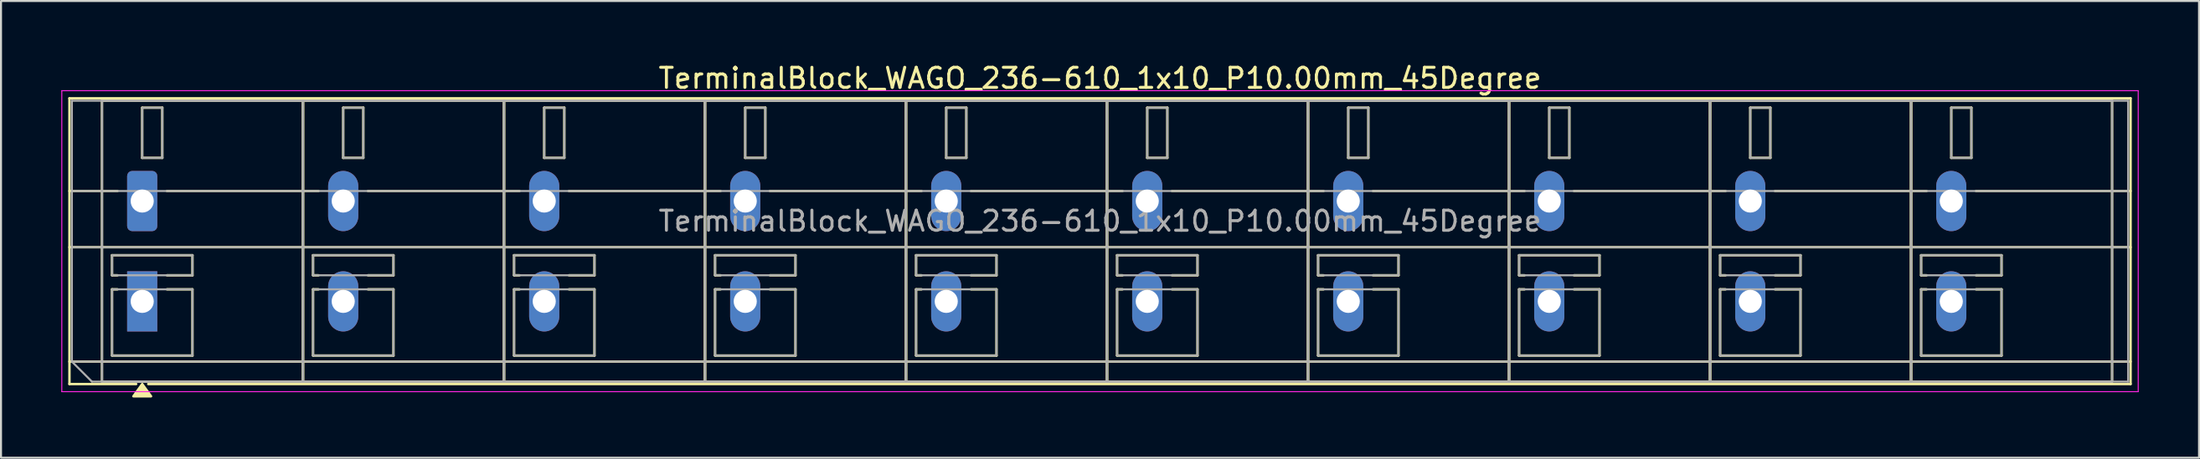
<source format=kicad_pcb>
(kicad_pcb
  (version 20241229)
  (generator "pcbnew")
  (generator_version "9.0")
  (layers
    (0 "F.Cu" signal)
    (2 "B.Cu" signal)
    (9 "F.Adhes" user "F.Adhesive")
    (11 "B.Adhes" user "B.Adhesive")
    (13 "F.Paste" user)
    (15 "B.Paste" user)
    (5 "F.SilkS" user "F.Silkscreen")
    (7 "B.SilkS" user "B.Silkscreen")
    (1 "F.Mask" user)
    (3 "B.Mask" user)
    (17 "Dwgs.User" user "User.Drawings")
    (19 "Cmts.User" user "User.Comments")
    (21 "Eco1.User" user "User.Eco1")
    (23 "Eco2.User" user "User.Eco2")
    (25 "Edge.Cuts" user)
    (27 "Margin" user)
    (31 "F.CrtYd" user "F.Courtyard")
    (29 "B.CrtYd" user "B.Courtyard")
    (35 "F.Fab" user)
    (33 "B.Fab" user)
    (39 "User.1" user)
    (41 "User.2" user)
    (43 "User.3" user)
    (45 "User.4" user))
  (footprint "TerminalBlock_WAGO_236-610_1x10_P10.00mm_45Degree"
    (layer "F.Cu")
    (at 4.025 6.968)
    (property "Reference" "TerminalBlock_WAGO_236-610_1x10_P10.00mm_45Degree" (at 47.65 -6.12 0) (layer "F.SilkS") (effects (font (size 1 1) (thickness 0.15))))
    (attr through_hole)
    (fp_line (start -3.62 -5.12) (end 98.92 -5.12) (stroke (width 0.12) (type solid)) (layer "F.SilkS"))
    (fp_line (start -3.62 -0.5) (end -1.23 -0.5) (stroke (width 0.12) (type solid)) (layer "F.SilkS"))
    (fp_line (start -3.62 2.3) (end 98.92 2.3) (stroke (width 0.12) (type solid)) (layer "F.SilkS"))
    (fp_line (start -3.62 8) (end 98.92 8) (stroke (width 0.12) (type solid)) (layer "F.SilkS"))
    (fp_line (start -3.62 9.12) (end -3.62 -5.12) (stroke (width 0.12) (type solid)) (layer "F.SilkS"))
    (fp_line (start -2 -5) (end 8 -5) (stroke (width 0.12) (type solid)) (layer "F.SilkS"))
    (fp_line (start -2 9) (end -2 -5) (stroke (width 0.12) (type solid)) (layer "F.SilkS"))
    (fp_line (start -1.5 2.7) (end 2.5 2.7) (stroke (width 0.12) (type solid)) (layer "F.SilkS"))
    (fp_line (start -1.5 3.7) (end -1.5 2.7) (stroke (width 0.12) (type solid)) (layer "F.SilkS"))
    (fp_line (start -1.5 4.4) (end -1.23 4.4) (stroke (width 0.12) (type solid)) (layer "F.SilkS"))
    (fp_line (start -1.5 7.7) (end -1.5 4.4) (stroke (width 0.12) (type solid)) (layer "F.SilkS"))
    (fp_line (start -1.23 3.7) (end -1.5 3.7) (stroke (width 0.12) (type solid)) (layer "F.SilkS"))
    (fp_line (start -0.3 9.12) (end -3.62 9.12) (stroke (width 0.12) (type solid)) (layer "F.SilkS"))
    (fp_line (start 0 -4.65) (end 1 -4.65) (stroke (width 0.12) (type solid)) (layer "F.SilkS"))
    (fp_line (start 0 -2.15) (end 0 -4.65) (stroke (width 0.12) (type solid)) (layer "F.SilkS"))
    (fp_line (start 1 -4.65) (end 1 -2.15) (stroke (width 0.12) (type solid)) (layer "F.SilkS"))
    (fp_line (start 1 -2.15) (end 0 -2.15) (stroke (width 0.12) (type solid)) (layer "F.SilkS"))
    (fp_line (start 1.23 -0.5) (end 8.77 -0.5) (stroke (width 0.12) (type solid)) (layer "F.SilkS"))
    (fp_line (start 1.23 4.4) (end 2.5 4.4) (stroke (width 0.12) (type solid)) (layer "F.SilkS"))
    (fp_line (start 2.5 2.7) (end 2.5 3.7) (stroke (width 0.12) (type solid)) (layer "F.SilkS"))
    (fp_line (start 2.5 3.7) (end 1.23 3.7) (stroke (width 0.12) (type solid)) (layer "F.SilkS"))
    (fp_line (start 2.5 4.4) (end 2.5 7.7) (stroke (width 0.12) (type solid)) (layer "F.SilkS"))
    (fp_line (start 2.5 7.7) (end -1.5 7.7) (stroke (width 0.12) (type solid)) (layer "F.SilkS"))
    (fp_line (start 8 -5) (end 8 9) (stroke (width 0.12) (type solid)) (layer "F.SilkS"))
    (fp_line (start 8 -5) (end 18 -5) (stroke (width 0.12) (type solid)) (layer "F.SilkS"))
    (fp_line (start 8 9) (end -2 9) (stroke (width 0.12) (type solid)) (layer "F.SilkS"))
    (fp_line (start 8 9) (end 8 -5) (stroke (width 0.12) (type solid)) (layer "F.SilkS"))
    (fp_line (start 8.5 2.7) (end 12.5 2.7) (stroke (width 0.12) (type solid)) (layer "F.SilkS"))
    (fp_line (start 8.5 3.7) (end 8.5 2.7) (stroke (width 0.12) (type solid)) (layer "F.SilkS"))
    (fp_line (start 8.5 4.4) (end 8.77 4.4) (stroke (width 0.12) (type solid)) (layer "F.SilkS"))
    (fp_line (start 8.5 7.7) (end 8.5 4.4) (stroke (width 0.12) (type solid)) (layer "F.SilkS"))
    (fp_line (start 8.77 3.7) (end 8.5 3.7) (stroke (width 0.12) (type solid)) (layer "F.SilkS"))
    (fp_line (start 10 -4.65) (end 11 -4.65) (stroke (width 0.12) (type solid)) (layer "F.SilkS"))
    (fp_line (start 10 -2.15) (end 10 -4.65) (stroke (width 0.12) (type solid)) (layer "F.SilkS"))
    (fp_line (start 11 -4.65) (end 11 -2.15) (stroke (width 0.12) (type solid)) (layer "F.SilkS"))
    (fp_line (start 11 -2.15) (end 10 -2.15) (stroke (width 0.12) (type solid)) (layer "F.SilkS"))
    (fp_line (start 11.23 -0.5) (end 18.77 -0.5) (stroke (width 0.12) (type solid)) (layer "F.SilkS"))
    (fp_line (start 11.23 4.4) (end 12.5 4.4) (stroke (width 0.12) (type solid)) (layer "F.SilkS"))
    (fp_line (start 12.5 2.7) (end 12.5 3.7) (stroke (width 0.12) (type solid)) (layer "F.SilkS"))
    (fp_line (start 12.5 3.7) (end 11.23 3.7) (stroke (width 0.12) (type solid)) (layer "F.SilkS"))
    (fp_line (start 12.5 4.4) (end 12.5 7.7) (stroke (width 0.12) (type solid)) (layer "F.SilkS"))
    (fp_line (start 12.5 7.7) (end 8.5 7.7) (stroke (width 0.12) (type solid)) (layer "F.SilkS"))
    (fp_line (start 18 -5) (end 18 9) (stroke (width 0.12) (type solid)) (layer "F.SilkS"))
    (fp_line (start 18 -5) (end 28 -5) (stroke (width 0.12) (type solid)) (layer "F.SilkS"))
    (fp_line (start 18 9) (end 8 9) (stroke (width 0.12) (type solid)) (layer "F.SilkS"))
    (fp_line (start 18 9) (end 18 -5) (stroke (width 0.12) (type solid)) (layer "F.SilkS"))
    (fp_line (start 18.5 2.7) (end 22.5 2.7) (stroke (width 0.12) (type solid)) (layer "F.SilkS"))
    (fp_line (start 18.5 3.7) (end 18.5 2.7) (stroke (width 0.12) (type solid)) (layer "F.SilkS"))
    (fp_line (start 18.5 4.4) (end 18.77 4.4) (stroke (width 0.12) (type solid)) (layer "F.SilkS"))
    (fp_line (start 18.5 7.7) (end 18.5 4.4) (stroke (width 0.12) (type solid)) (layer "F.SilkS"))
    (fp_line (start 18.77 3.7) (end 18.5 3.7) (stroke (width 0.12) (type solid)) (layer "F.SilkS"))
    (fp_line (start 20 -4.65) (end 21 -4.65) (stroke (width 0.12) (type solid)) (layer "F.SilkS"))
    (fp_line (start 20 -2.15) (end 20 -4.65) (stroke (width 0.12) (type solid)) (layer "F.SilkS"))
    (fp_line (start 21 -4.65) (end 21 -2.15) (stroke (width 0.12) (type solid)) (layer "F.SilkS"))
    (fp_line (start 21 -2.15) (end 20 -2.15) (stroke (width 0.12) (type solid)) (layer "F.SilkS"))
    (fp_line (start 21.23 -0.5) (end 28.77 -0.5) (stroke (width 0.12) (type solid)) (layer "F.SilkS"))
    (fp_line (start 21.23 4.4) (end 22.5 4.4) (stroke (width 0.12) (type solid)) (layer "F.SilkS"))
    (fp_line (start 22.5 2.7) (end 22.5 3.7) (stroke (width 0.12) (type solid)) (layer "F.SilkS"))
    (fp_line (start 22.5 3.7) (end 21.23 3.7) (stroke (width 0.12) (type solid)) (layer "F.SilkS"))
    (fp_line (start 22.5 4.4) (end 22.5 7.7) (stroke (width 0.12) (type solid)) (layer "F.SilkS"))
    (fp_line (start 22.5 7.7) (end 18.5 7.7) (stroke (width 0.12) (type solid)) (layer "F.SilkS"))
    (fp_line (start 28 -5) (end 28 9) (stroke (width 0.12) (type solid)) (layer "F.SilkS"))
    (fp_line (start 28 -5) (end 38 -5) (stroke (width 0.12) (type solid)) (layer "F.SilkS"))
    (fp_line (start 28 9) (end 18 9) (stroke (width 0.12) (type solid)) (layer "F.SilkS"))
    (fp_line (start 28 9) (end 28 -5) (stroke (width 0.12) (type solid)) (layer "F.SilkS"))
    (fp_line (start 28.5 2.7) (end 32.5 2.7) (stroke (width 0.12) (type solid)) (layer "F.SilkS"))
    (fp_line (start 28.5 3.7) (end 28.5 2.7) (stroke (width 0.12) (type solid)) (layer "F.SilkS"))
    (fp_line (start 28.5 4.4) (end 28.77 4.4) (stroke (width 0.12) (type solid)) (layer "F.SilkS"))
    (fp_line (start 28.5 7.7) (end 28.5 4.4) (stroke (width 0.12) (type solid)) (layer "F.SilkS"))
    (fp_line (start 28.77 3.7) (end 28.5 3.7) (stroke (width 0.12) (type solid)) (layer "F.SilkS"))
    (fp_line (start 30 -4.65) (end 31 -4.65) (stroke (width 0.12) (type solid)) (layer "F.SilkS"))
    (fp_line (start 30 -2.15) (end 30 -4.65) (stroke (width 0.12) (type solid)) (layer "F.SilkS"))
    (fp_line (start 31 -4.65) (end 31 -2.15) (stroke (width 0.12) (type solid)) (layer "F.SilkS"))
    (fp_line (start 31 -2.15) (end 30 -2.15) (stroke (width 0.12) (type solid)) (layer "F.SilkS"))
    (fp_line (start 31.23 -0.5) (end 38.77 -0.5) (stroke (width 0.12) (type solid)) (layer "F.SilkS"))
    (fp_line (start 31.23 4.4) (end 32.5 4.4) (stroke (width 0.12) (type solid)) (layer "F.SilkS"))
    (fp_line (start 32.5 2.7) (end 32.5 3.7) (stroke (width 0.12) (type solid)) (layer "F.SilkS"))
    (fp_line (start 32.5 3.7) (end 31.23 3.7) (stroke (width 0.12) (type solid)) (layer "F.SilkS"))
    (fp_line (start 32.5 4.4) (end 32.5 7.7) (stroke (width 0.12) (type solid)) (layer "F.SilkS"))
    (fp_line (start 32.5 7.7) (end 28.5 7.7) (stroke (width 0.12) (type solid)) (layer "F.SilkS"))
    (fp_line (start 38 -5) (end 38 9) (stroke (width 0.12) (type solid)) (layer "F.SilkS"))
    (fp_line (start 38 -5) (end 48 -5) (stroke (width 0.12) (type solid)) (layer "F.SilkS"))
    (fp_line (start 38 9) (end 28 9) (stroke (width 0.12) (type solid)) (layer "F.SilkS"))
    (fp_line (start 38 9) (end 38 -5) (stroke (width 0.12) (type solid)) (layer "F.SilkS"))
    (fp_line (start 38.5 2.7) (end 42.5 2.7) (stroke (width 0.12) (type solid)) (layer "F.SilkS"))
    (fp_line (start 38.5 3.7) (end 38.5 2.7) (stroke (width 0.12) (type solid)) (layer "F.SilkS"))
    (fp_line (start 38.5 4.4) (end 38.77 4.4) (stroke (width 0.12) (type solid)) (layer "F.SilkS"))
    (fp_line (start 38.5 7.7) (end 38.5 4.4) (stroke (width 0.12) (type solid)) (layer "F.SilkS"))
    (fp_line (start 38.77 3.7) (end 38.5 3.7) (stroke (width 0.12) (type solid)) (layer "F.SilkS"))
    (fp_line (start 40 -4.65) (end 41 -4.65) (stroke (width 0.12) (type solid)) (layer "F.SilkS"))
    (fp_line (start 40 -2.15) (end 40 -4.65) (stroke (width 0.12) (type solid)) (layer "F.SilkS"))
    (fp_line (start 41 -4.65) (end 41 -2.15) (stroke (width 0.12) (type solid)) (layer "F.SilkS"))
    (fp_line (start 41 -2.15) (end 40 -2.15) (stroke (width 0.12) (type solid)) (layer "F.SilkS"))
    (fp_line (start 41.23 -0.5) (end 48.77 -0.5) (stroke (width 0.12) (type solid)) (layer "F.SilkS"))
    (fp_line (start 41.23 4.4) (end 42.5 4.4) (stroke (width 0.12) (type solid)) (layer "F.SilkS"))
    (fp_line (start 42.5 2.7) (end 42.5 3.7) (stroke (width 0.12) (type solid)) (layer "F.SilkS"))
    (fp_line (start 42.5 3.7) (end 41.23 3.7) (stroke (width 0.12) (type solid)) (layer "F.SilkS"))
    (fp_line (start 42.5 4.4) (end 42.5 7.7) (stroke (width 0.12) (type solid)) (layer "F.SilkS"))
    (fp_line (start 42.5 7.7) (end 38.5 7.7) (stroke (width 0.12) (type solid)) (layer "F.SilkS"))
    (fp_line (start 48 -5) (end 48 9) (stroke (width 0.12) (type solid)) (layer "F.SilkS"))
    (fp_line (start 48 -5) (end 58 -5) (stroke (width 0.12) (type solid)) (layer "F.SilkS"))
    (fp_line (start 48 9) (end 38 9) (stroke (width 0.12) (type solid)) (layer "F.SilkS"))
    (fp_line (start 48 9) (end 48 -5) (stroke (width 0.12) (type solid)) (layer "F.SilkS"))
    (fp_line (start 48.5 2.7) (end 52.5 2.7) (stroke (width 0.12) (type solid)) (layer "F.SilkS"))
    (fp_line (start 48.5 3.7) (end 48.5 2.7) (stroke (width 0.12) (type solid)) (layer "F.SilkS"))
    (fp_line (start 48.5 4.4) (end 48.77 4.4) (stroke (width 0.12) (type solid)) (layer "F.SilkS"))
    (fp_line (start 48.5 7.7) (end 48.5 4.4) (stroke (width 0.12) (type solid)) (layer "F.SilkS"))
    (fp_line (start 48.77 3.7) (end 48.5 3.7) (stroke (width 0.12) (type solid)) (layer "F.SilkS"))
    (fp_line (start 50 -4.65) (end 51 -4.65) (stroke (width 0.12) (type solid)) (layer "F.SilkS"))
    (fp_line (start 50 -2.15) (end 50 -4.65) (stroke (width 0.12) (type solid)) (layer "F.SilkS"))
    (fp_line (start 51 -4.65) (end 51 -2.15) (stroke (width 0.12) (type solid)) (layer "F.SilkS"))
    (fp_line (start 51 -2.15) (end 50 -2.15) (stroke (width 0.12) (type solid)) (layer "F.SilkS"))
    (fp_line (start 51.23 -0.5) (end 58.77 -0.5) (stroke (width 0.12) (type solid)) (layer "F.SilkS"))
    (fp_line (start 51.23 4.4) (end 52.5 4.4) (stroke (width 0.12) (type solid)) (layer "F.SilkS"))
    (fp_line (start 52.5 2.7) (end 52.5 3.7) (stroke (width 0.12) (type solid)) (layer "F.SilkS"))
    (fp_line (start 52.5 3.7) (end 51.23 3.7) (stroke (width 0.12) (type solid)) (layer "F.SilkS"))
    (fp_line (start 52.5 4.4) (end 52.5 7.7) (stroke (width 0.12) (type solid)) (layer "F.SilkS"))
    (fp_line (start 52.5 7.7) (end 48.5 7.7) (stroke (width 0.12) (type solid)) (layer "F.SilkS"))
    (fp_line (start 58 -5) (end 58 9) (stroke (width 0.12) (type solid)) (layer "F.SilkS"))
    (fp_line (start 58 -5) (end 68 -5) (stroke (width 0.12) (type solid)) (layer "F.SilkS"))
    (fp_line (start 58 9) (end 48 9) (stroke (width 0.12) (type solid)) (layer "F.SilkS"))
    (fp_line (start 58 9) (end 58 -5) (stroke (width 0.12) (type solid)) (layer "F.SilkS"))
    (fp_line (start 58.5 2.7) (end 62.5 2.7) (stroke (width 0.12) (type solid)) (layer "F.SilkS"))
    (fp_line (start 58.5 3.7) (end 58.5 2.7) (stroke (width 0.12) (type solid)) (layer "F.SilkS"))
    (fp_line (start 58.5 4.4) (end 58.77 4.4) (stroke (width 0.12) (type solid)) (layer "F.SilkS"))
    (fp_line (start 58.5 7.7) (end 58.5 4.4) (stroke (width 0.12) (type solid)) (layer "F.SilkS"))
    (fp_line (start 58.77 3.7) (end 58.5 3.7) (stroke (width 0.12) (type solid)) (layer "F.SilkS"))
    (fp_line (start 60 -4.65) (end 61 -4.65) (stroke (width 0.12) (type solid)) (layer "F.SilkS"))
    (fp_line (start 60 -2.15) (end 60 -4.65) (stroke (width 0.12) (type solid)) (layer "F.SilkS"))
    (fp_line (start 61 -4.65) (end 61 -2.15) (stroke (width 0.12) (type solid)) (layer "F.SilkS"))
    (fp_line (start 61 -2.15) (end 60 -2.15) (stroke (width 0.12) (type solid)) (layer "F.SilkS"))
    (fp_line (start 61.23 -0.5) (end 68.77 -0.5) (stroke (width 0.12) (type solid)) (layer "F.SilkS"))
    (fp_line (start 61.23 4.4) (end 62.5 4.4) (stroke (width 0.12) (type solid)) (layer "F.SilkS"))
    (fp_line (start 62.5 2.7) (end 62.5 3.7) (stroke (width 0.12) (type solid)) (layer "F.SilkS"))
    (fp_line (start 62.5 3.7) (end 61.23 3.7) (stroke (width 0.12) (type solid)) (layer "F.SilkS"))
    (fp_line (start 62.5 4.4) (end 62.5 7.7) (stroke (width 0.12) (type solid)) (layer "F.SilkS"))
    (fp_line (start 62.5 7.7) (end 58.5 7.7) (stroke (width 0.12) (type solid)) (layer "F.SilkS"))
    (fp_line (start 68 -5) (end 68 9) (stroke (width 0.12) (type solid)) (layer "F.SilkS"))
    (fp_line (start 68 -5) (end 78 -5) (stroke (width 0.12) (type solid)) (layer "F.SilkS"))
    (fp_line (start 68 9) (end 58 9) (stroke (width 0.12) (type solid)) (layer "F.SilkS"))
    (fp_line (start 68 9) (end 68 -5) (stroke (width 0.12) (type solid)) (layer "F.SilkS"))
    (fp_line (start 68.5 2.7) (end 72.5 2.7) (stroke (width 0.12) (type solid)) (layer "F.SilkS"))
    (fp_line (start 68.5 3.7) (end 68.5 2.7) (stroke (width 0.12) (type solid)) (layer "F.SilkS"))
    (fp_line (start 68.5 4.4) (end 68.77 4.4) (stroke (width 0.12) (type solid)) (layer "F.SilkS"))
    (fp_line (start 68.5 7.7) (end 68.5 4.4) (stroke (width 0.12) (type solid)) (layer "F.SilkS"))
    (fp_line (start 68.77 3.7) (end 68.5 3.7) (stroke (width 0.12) (type solid)) (layer "F.SilkS"))
    (fp_line (start 70 -4.65) (end 71 -4.65) (stroke (width 0.12) (type solid)) (layer "F.SilkS"))
    (fp_line (start 70 -2.15) (end 70 -4.65) (stroke (width 0.12) (type solid)) (layer "F.SilkS"))
    (fp_line (start 71 -4.65) (end 71 -2.15) (stroke (width 0.12) (type solid)) (layer "F.SilkS"))
    (fp_line (start 71 -2.15) (end 70 -2.15) (stroke (width 0.12) (type solid)) (layer "F.SilkS"))
    (fp_line (start 71.23 -0.5) (end 78.77 -0.5) (stroke (width 0.12) (type solid)) (layer "F.SilkS"))
    (fp_line (start 71.23 4.4) (end 72.5 4.4) (stroke (width 0.12) (type solid)) (layer "F.SilkS"))
    (fp_line (start 72.5 2.7) (end 72.5 3.7) (stroke (width 0.12) (type solid)) (layer "F.SilkS"))
    (fp_line (start 72.5 3.7) (end 71.23 3.7) (stroke (width 0.12) (type solid)) (layer "F.SilkS"))
    (fp_line (start 72.5 4.4) (end 72.5 7.7) (stroke (width 0.12) (type solid)) (layer "F.SilkS"))
    (fp_line (start 72.5 7.7) (end 68.5 7.7) (stroke (width 0.12) (type solid)) (layer "F.SilkS"))
    (fp_line (start 78 -5) (end 78 9) (stroke (width 0.12) (type solid)) (layer "F.SilkS"))
    (fp_line (start 78 -5) (end 88 -5) (stroke (width 0.12) (type solid)) (layer "F.SilkS"))
    (fp_line (start 78 9) (end 68 9) (stroke (width 0.12) (type solid)) (layer "F.SilkS"))
    (fp_line (start 78 9) (end 78 -5) (stroke (width 0.12) (type solid)) (layer "F.SilkS"))
    (fp_line (start 78.5 2.7) (end 82.5 2.7) (stroke (width 0.12) (type solid)) (layer "F.SilkS"))
    (fp_line (start 78.5 3.7) (end 78.5 2.7) (stroke (width 0.12) (type solid)) (layer "F.SilkS"))
    (fp_line (start 78.5 4.4) (end 78.77 4.4) (stroke (width 0.12) (type solid)) (layer "F.SilkS"))
    (fp_line (start 78.5 7.7) (end 78.5 4.4) (stroke (width 0.12) (type solid)) (layer "F.SilkS"))
    (fp_line (start 78.77 3.7) (end 78.5 3.7) (stroke (width 0.12) (type solid)) (layer "F.SilkS"))
    (fp_line (start 80 -4.65) (end 81 -4.65) (stroke (width 0.12) (type solid)) (layer "F.SilkS"))
    (fp_line (start 80 -2.15) (end 80 -4.65) (stroke (width 0.12) (type solid)) (layer "F.SilkS"))
    (fp_line (start 81 -4.65) (end 81 -2.15) (stroke (width 0.12) (type solid)) (layer "F.SilkS"))
    (fp_line (start 81 -2.15) (end 80 -2.15) (stroke (width 0.12) (type solid)) (layer "F.SilkS"))
    (fp_line (start 81.23 -0.5) (end 88.77 -0.5) (stroke (width 0.12) (type solid)) (layer "F.SilkS"))
    (fp_line (start 81.23 4.4) (end 82.5 4.4) (stroke (width 0.12) (type solid)) (layer "F.SilkS"))
    (fp_line (start 82.5 2.7) (end 82.5 3.7) (stroke (width 0.12) (type solid)) (layer "F.SilkS"))
    (fp_line (start 82.5 3.7) (end 81.23 3.7) (stroke (width 0.12) (type solid)) (layer "F.SilkS"))
    (fp_line (start 82.5 4.4) (end 82.5 7.7) (stroke (width 0.12) (type solid)) (layer "F.SilkS"))
    (fp_line (start 82.5 7.7) (end 78.5 7.7) (stroke (width 0.12) (type solid)) (layer "F.SilkS"))
    (fp_line (start 88 -5) (end 88 9) (stroke (width 0.12) (type solid)) (layer "F.SilkS"))
    (fp_line (start 88 -5) (end 98 -5) (stroke (width 0.12) (type solid)) (layer "F.SilkS"))
    (fp_line (start 88 9) (end 78 9) (stroke (width 0.12) (type solid)) (layer "F.SilkS"))
    (fp_line (start 88 9) (end 88 -5) (stroke (width 0.12) (type solid)) (layer "F.SilkS"))
    (fp_line (start 88.5 2.7) (end 92.5 2.7) (stroke (width 0.12) (type solid)) (layer "F.SilkS"))
    (fp_line (start 88.5 3.7) (end 88.5 2.7) (stroke (width 0.12) (type solid)) (layer "F.SilkS"))
    (fp_line (start 88.5 4.4) (end 88.77 4.4) (stroke (width 0.12) (type solid)) (layer "F.SilkS"))
    (fp_line (start 88.5 7.7) (end 88.5 4.4) (stroke (width 0.12) (type solid)) (layer "F.SilkS"))
    (fp_line (start 88.77 3.7) (end 88.5 3.7) (stroke (width 0.12) (type solid)) (layer "F.SilkS"))
    (fp_line (start 90 -4.65) (end 91 -4.65) (stroke (width 0.12) (type solid)) (layer "F.SilkS"))
    (fp_line (start 90 -2.15) (end 90 -4.65) (stroke (width 0.12) (type solid)) (layer "F.SilkS"))
    (fp_line (start 91 -4.65) (end 91 -2.15) (stroke (width 0.12) (type solid)) (layer "F.SilkS"))
    (fp_line (start 91 -2.15) (end 90 -2.15) (stroke (width 0.12) (type solid)) (layer "F.SilkS"))
    (fp_line (start 91.23 -0.5) (end 98.92 -0.5) (stroke (width 0.12) (type solid)) (layer "F.SilkS"))
    (fp_line (start 91.23 4.4) (end 92.5 4.4) (stroke (width 0.12) (type solid)) (layer "F.SilkS"))
    (fp_line (start 92.5 2.7) (end 92.5 3.7) (stroke (width 0.12) (type solid)) (layer "F.SilkS"))
    (fp_line (start 92.5 3.7) (end 91.23 3.7) (stroke (width 0.12) (type solid)) (layer "F.SilkS"))
    (fp_line (start 92.5 4.4) (end 92.5 7.7) (stroke (width 0.12) (type solid)) (layer "F.SilkS"))
    (fp_line (start 92.5 7.7) (end 88.5 7.7) (stroke (width 0.12) (type solid)) (layer "F.SilkS"))
    (fp_line (start 98 -5) (end 98 9) (stroke (width 0.12) (type solid)) (layer "F.SilkS"))
    (fp_line (start 98 9) (end 88 9) (stroke (width 0.12) (type solid)) (layer "F.SilkS"))
    (fp_line (start 98.92 -5.12) (end 98.92 9.12) (stroke (width 0.12) (type solid)) (layer "F.SilkS"))
    (fp_line (start 98.92 9.12) (end 0.3 9.12) (stroke (width 0.12) (type solid)) (layer "F.SilkS"))
    (fp_poly (pts (xy 0 9.12) (xy 0.44 9.73) (xy -0.44 9.73)) (stroke (width 0.12) (type solid)) (fill yes) (layer "F.SilkS"))
    (fp_line (start -4 -5.5) (end -4 9.5) (stroke (width 0.05) (type solid)) (layer "F.CrtYd"))
    (fp_line (start -4 9.5) (end 99.3 9.5) (stroke (width 0.05) (type solid)) (layer "F.CrtYd"))
    (fp_line (start 99.3 -5.5) (end -4 -5.5) (stroke (width 0.05) (type solid)) (layer "F.CrtYd"))
    (fp_line (start 99.3 9.5) (end 99.3 -5.5) (stroke (width 0.05) (type solid)) (layer "F.CrtYd"))
    (fp_line (start -3.5 -5) (end 98.8 -5) (stroke (width 0.1) (type solid)) (layer "F.Fab"))
    (fp_line (start -3.5 -0.5) (end 98.8 -0.5) (stroke (width 0.1) (type solid)) (layer "F.Fab"))
    (fp_line (start -3.5 2.3) (end 98.8 2.3) (stroke (width 0.1) (type solid)) (layer "F.Fab"))
    (fp_line (start -3.5 8) (end -3.5 -5) (stroke (width 0.1) (type solid)) (layer "F.Fab"))
    (fp_line (start -3.5 8) (end 98.8 8) (stroke (width 0.1) (type solid)) (layer "F.Fab"))
    (fp_line (start -2.5 9) (end -3.5 8) (stroke (width 0.1) (type solid)) (layer "F.Fab"))
    (fp_line (start -2 -5) (end -2 9) (stroke (width 0.1) (type solid)) (layer "F.Fab"))
    (fp_line (start -2 9) (end 8 9) (stroke (width 0.1) (type solid)) (layer "F.Fab"))
    (fp_line (start -1.5 2.7) (end -1.5 3.7) (stroke (width 0.1) (type solid)) (layer "F.Fab"))
    (fp_line (start -1.5 3.7) (end 2.5 3.7) (stroke (width 0.1) (type solid)) (layer "F.Fab"))
    (fp_line (start -1.5 4.4) (end -1.5 7.7) (stroke (width 0.1) (type solid)) (layer "F.Fab"))
    (fp_line (start -1.5 7.7) (end 2.5 7.7) (stroke (width 0.1) (type solid)) (layer "F.Fab"))
    (fp_line (start 0 -4.65) (end 0 -2.15) (stroke (width 0.1) (type solid)) (layer "F.Fab"))
    (fp_line (start 0 -2.15) (end 1 -2.15) (stroke (width 0.1) (type solid)) (layer "F.Fab"))
    (fp_line (start 1 -4.65) (end 0 -4.65) (stroke (width 0.1) (type solid)) (layer "F.Fab"))
    (fp_line (start 1 -2.15) (end 1 -4.65) (stroke (width 0.1) (type solid)) (layer "F.Fab"))
    (fp_line (start 2.5 2.7) (end -1.5 2.7) (stroke (width 0.1) (type solid)) (layer "F.Fab"))
    (fp_line (start 2.5 3.7) (end 2.5 2.7) (stroke (width 0.1) (type solid)) (layer "F.Fab"))
    (fp_line (start 2.5 4.4) (end -1.5 4.4) (stroke (width 0.1) (type solid)) (layer "F.Fab"))
    (fp_line (start 2.5 7.7) (end 2.5 4.4) (stroke (width 0.1) (type solid)) (layer "F.Fab"))
    (fp_line (start 8 -5) (end -2 -5) (stroke (width 0.1) (type solid)) (layer "F.Fab"))
    (fp_line (start 8 -5) (end 8 9) (stroke (width 0.1) (type solid)) (layer "F.Fab"))
    (fp_line (start 8 9) (end 8 -5) (stroke (width 0.1) (type solid)) (layer "F.Fab"))
    (fp_line (start 8 9) (end 18 9) (stroke (width 0.1) (type solid)) (layer "F.Fab"))
    (fp_line (start 8.5 2.7) (end 8.5 3.7) (stroke (width 0.1) (type solid)) (layer "F.Fab"))
    (fp_line (start 8.5 3.7) (end 12.5 3.7) (stroke (width 0.1) (type solid)) (layer "F.Fab"))
    (fp_line (start 8.5 4.4) (end 8.5 7.7) (stroke (width 0.1) (type solid)) (layer "F.Fab"))
    (fp_line (start 8.5 7.7) (end 12.5 7.7) (stroke (width 0.1) (type solid)) (layer "F.Fab"))
    (fp_line (start 10 -4.65) (end 10 -2.15) (stroke (width 0.1) (type solid)) (layer "F.Fab"))
    (fp_line (start 10 -2.15) (end 11 -2.15) (stroke (width 0.1) (type solid)) (layer "F.Fab"))
    (fp_line (start 11 -4.65) (end 10 -4.65) (stroke (width 0.1) (type solid)) (layer "F.Fab"))
    (fp_line (start 11 -2.15) (end 11 -4.65) (stroke (width 0.1) (type solid)) (layer "F.Fab"))
    (fp_line (start 12.5 2.7) (end 8.5 2.7) (stroke (width 0.1) (type solid)) (layer "F.Fab"))
    (fp_line (start 12.5 3.7) (end 12.5 2.7) (stroke (width 0.1) (type solid)) (layer "F.Fab"))
    (fp_line (start 12.5 4.4) (end 8.5 4.4) (stroke (width 0.1) (type solid)) (layer "F.Fab"))
    (fp_line (start 12.5 7.7) (end 12.5 4.4) (stroke (width 0.1) (type solid)) (layer "F.Fab"))
    (fp_line (start 18 -5) (end 8 -5) (stroke (width 0.1) (type solid)) (layer "F.Fab"))
    (fp_line (start 18 -5) (end 18 9) (stroke (width 0.1) (type solid)) (layer "F.Fab"))
    (fp_line (start 18 9) (end 18 -5) (stroke (width 0.1) (type solid)) (layer "F.Fab"))
    (fp_line (start 18 9) (end 28 9) (stroke (width 0.1) (type solid)) (layer "F.Fab"))
    (fp_line (start 18.5 2.7) (end 18.5 3.7) (stroke (width 0.1) (type solid)) (layer "F.Fab"))
    (fp_line (start 18.5 3.7) (end 22.5 3.7) (stroke (width 0.1) (type solid)) (layer "F.Fab"))
    (fp_line (start 18.5 4.4) (end 18.5 7.7) (stroke (width 0.1) (type solid)) (layer "F.Fab"))
    (fp_line (start 18.5 7.7) (end 22.5 7.7) (stroke (width 0.1) (type solid)) (layer "F.Fab"))
    (fp_line (start 20 -4.65) (end 20 -2.15) (stroke (width 0.1) (type solid)) (layer "F.Fab"))
    (fp_line (start 20 -2.15) (end 21 -2.15) (stroke (width 0.1) (type solid)) (layer "F.Fab"))
    (fp_line (start 21 -4.65) (end 20 -4.65) (stroke (width 0.1) (type solid)) (layer "F.Fab"))
    (fp_line (start 21 -2.15) (end 21 -4.65) (stroke (width 0.1) (type solid)) (layer "F.Fab"))
    (fp_line (start 22.5 2.7) (end 18.5 2.7) (stroke (width 0.1) (type solid)) (layer "F.Fab"))
    (fp_line (start 22.5 3.7) (end 22.5 2.7) (stroke (width 0.1) (type solid)) (layer "F.Fab"))
    (fp_line (start 22.5 4.4) (end 18.5 4.4) (stroke (width 0.1) (type solid)) (layer "F.Fab"))
    (fp_line (start 22.5 7.7) (end 22.5 4.4) (stroke (width 0.1) (type solid)) (layer "F.Fab"))
    (fp_line (start 28 -5) (end 18 -5) (stroke (width 0.1) (type solid)) (layer "F.Fab"))
    (fp_line (start 28 -5) (end 28 9) (stroke (width 0.1) (type solid)) (layer "F.Fab"))
    (fp_line (start 28 9) (end 28 -5) (stroke (width 0.1) (type solid)) (layer "F.Fab"))
    (fp_line (start 28 9) (end 38 9) (stroke (width 0.1) (type solid)) (layer "F.Fab"))
    (fp_line (start 28.5 2.7) (end 28.5 3.7) (stroke (width 0.1) (type solid)) (layer "F.Fab"))
    (fp_line (start 28.5 3.7) (end 32.5 3.7) (stroke (width 0.1) (type solid)) (layer "F.Fab"))
    (fp_line (start 28.5 4.4) (end 28.5 7.7) (stroke (width 0.1) (type solid)) (layer "F.Fab"))
    (fp_line (start 28.5 7.7) (end 32.5 7.7) (stroke (width 0.1) (type solid)) (layer "F.Fab"))
    (fp_line (start 30 -4.65) (end 30 -2.15) (stroke (width 0.1) (type solid)) (layer "F.Fab"))
    (fp_line (start 30 -2.15) (end 31 -2.15) (stroke (width 0.1) (type solid)) (layer "F.Fab"))
    (fp_line (start 31 -4.65) (end 30 -4.65) (stroke (width 0.1) (type solid)) (layer "F.Fab"))
    (fp_line (start 31 -2.15) (end 31 -4.65) (stroke (width 0.1) (type solid)) (layer "F.Fab"))
    (fp_line (start 32.5 2.7) (end 28.5 2.7) (stroke (width 0.1) (type solid)) (layer "F.Fab"))
    (fp_line (start 32.5 3.7) (end 32.5 2.7) (stroke (width 0.1) (type solid)) (layer "F.Fab"))
    (fp_line (start 32.5 4.4) (end 28.5 4.4) (stroke (width 0.1) (type solid)) (layer "F.Fab"))
    (fp_line (start 32.5 7.7) (end 32.5 4.4) (stroke (width 0.1) (type solid)) (layer "F.Fab"))
    (fp_line (start 38 -5) (end 28 -5) (stroke (width 0.1) (type solid)) (layer "F.Fab"))
    (fp_line (start 38 -5) (end 38 9) (stroke (width 0.1) (type solid)) (layer "F.Fab"))
    (fp_line (start 38 9) (end 38 -5) (stroke (width 0.1) (type solid)) (layer "F.Fab"))
    (fp_line (start 38 9) (end 48 9) (stroke (width 0.1) (type solid)) (layer "F.Fab"))
    (fp_line (start 38.5 2.7) (end 38.5 3.7) (stroke (width 0.1) (type solid)) (layer "F.Fab"))
    (fp_line (start 38.5 3.7) (end 42.5 3.7) (stroke (width 0.1) (type solid)) (layer "F.Fab"))
    (fp_line (start 38.5 4.4) (end 38.5 7.7) (stroke (width 0.1) (type solid)) (layer "F.Fab"))
    (fp_line (start 38.5 7.7) (end 42.5 7.7) (stroke (width 0.1) (type solid)) (layer "F.Fab"))
    (fp_line (start 40 -4.65) (end 40 -2.15) (stroke (width 0.1) (type solid)) (layer "F.Fab"))
    (fp_line (start 40 -2.15) (end 41 -2.15) (stroke (width 0.1) (type solid)) (layer "F.Fab"))
    (fp_line (start 41 -4.65) (end 40 -4.65) (stroke (width 0.1) (type solid)) (layer "F.Fab"))
    (fp_line (start 41 -2.15) (end 41 -4.65) (stroke (width 0.1) (type solid)) (layer "F.Fab"))
    (fp_line (start 42.5 2.7) (end 38.5 2.7) (stroke (width 0.1) (type solid)) (layer "F.Fab"))
    (fp_line (start 42.5 3.7) (end 42.5 2.7) (stroke (width 0.1) (type solid)) (layer "F.Fab"))
    (fp_line (start 42.5 4.4) (end 38.5 4.4) (stroke (width 0.1) (type solid)) (layer "F.Fab"))
    (fp_line (start 42.5 7.7) (end 42.5 4.4) (stroke (width 0.1) (type solid)) (layer "F.Fab"))
    (fp_line (start 48 -5) (end 38 -5) (stroke (width 0.1) (type solid)) (layer "F.Fab"))
    (fp_line (start 48 -5) (end 48 9) (stroke (width 0.1) (type solid)) (layer "F.Fab"))
    (fp_line (start 48 9) (end 48 -5) (stroke (width 0.1) (type solid)) (layer "F.Fab"))
    (fp_line (start 48 9) (end 58 9) (stroke (width 0.1) (type solid)) (layer "F.Fab"))
    (fp_line (start 48.5 2.7) (end 48.5 3.7) (stroke (width 0.1) (type solid)) (layer "F.Fab"))
    (fp_line (start 48.5 3.7) (end 52.5 3.7) (stroke (width 0.1) (type solid)) (layer "F.Fab"))
    (fp_line (start 48.5 4.4) (end 48.5 7.7) (stroke (width 0.1) (type solid)) (layer "F.Fab"))
    (fp_line (start 48.5 7.7) (end 52.5 7.7) (stroke (width 0.1) (type solid)) (layer "F.Fab"))
    (fp_line (start 50 -4.65) (end 50 -2.15) (stroke (width 0.1) (type solid)) (layer "F.Fab"))
    (fp_line (start 50 -2.15) (end 51 -2.15) (stroke (width 0.1) (type solid)) (layer "F.Fab"))
    (fp_line (start 51 -4.65) (end 50 -4.65) (stroke (width 0.1) (type solid)) (layer "F.Fab"))
    (fp_line (start 51 -2.15) (end 51 -4.65) (stroke (width 0.1) (type solid)) (layer "F.Fab"))
    (fp_line (start 52.5 2.7) (end 48.5 2.7) (stroke (width 0.1) (type solid)) (layer "F.Fab"))
    (fp_line (start 52.5 3.7) (end 52.5 2.7) (stroke (width 0.1) (type solid)) (layer "F.Fab"))
    (fp_line (start 52.5 4.4) (end 48.5 4.4) (stroke (width 0.1) (type solid)) (layer "F.Fab"))
    (fp_line (start 52.5 7.7) (end 52.5 4.4) (stroke (width 0.1) (type solid)) (layer "F.Fab"))
    (fp_line (start 58 -5) (end 48 -5) (stroke (width 0.1) (type solid)) (layer "F.Fab"))
    (fp_line (start 58 -5) (end 58 9) (stroke (width 0.1) (type solid)) (layer "F.Fab"))
    (fp_line (start 58 9) (end 58 -5) (stroke (width 0.1) (type solid)) (layer "F.Fab"))
    (fp_line (start 58 9) (end 68 9) (stroke (width 0.1) (type solid)) (layer "F.Fab"))
    (fp_line (start 58.5 2.7) (end 58.5 3.7) (stroke (width 0.1) (type solid)) (layer "F.Fab"))
    (fp_line (start 58.5 3.7) (end 62.5 3.7) (stroke (width 0.1) (type solid)) (layer "F.Fab"))
    (fp_line (start 58.5 4.4) (end 58.5 7.7) (stroke (width 0.1) (type solid)) (layer "F.Fab"))
    (fp_line (start 58.5 7.7) (end 62.5 7.7) (stroke (width 0.1) (type solid)) (layer "F.Fab"))
    (fp_line (start 60 -4.65) (end 60 -2.15) (stroke (width 0.1) (type solid)) (layer "F.Fab"))
    (fp_line (start 60 -2.15) (end 61 -2.15) (stroke (width 0.1) (type solid)) (layer "F.Fab"))
    (fp_line (start 61 -4.65) (end 60 -4.65) (stroke (width 0.1) (type solid)) (layer "F.Fab"))
    (fp_line (start 61 -2.15) (end 61 -4.65) (stroke (width 0.1) (type solid)) (layer "F.Fab"))
    (fp_line (start 62.5 2.7) (end 58.5 2.7) (stroke (width 0.1) (type solid)) (layer "F.Fab"))
    (fp_line (start 62.5 3.7) (end 62.5 2.7) (stroke (width 0.1) (type solid)) (layer "F.Fab"))
    (fp_line (start 62.5 4.4) (end 58.5 4.4) (stroke (width 0.1) (type solid)) (layer "F.Fab"))
    (fp_line (start 62.5 7.7) (end 62.5 4.4) (stroke (width 0.1) (type solid)) (layer "F.Fab"))
    (fp_line (start 68 -5) (end 58 -5) (stroke (width 0.1) (type solid)) (layer "F.Fab"))
    (fp_line (start 68 -5) (end 68 9) (stroke (width 0.1) (type solid)) (layer "F.Fab"))
    (fp_line (start 68 9) (end 68 -5) (stroke (width 0.1) (type solid)) (layer "F.Fab"))
    (fp_line (start 68 9) (end 78 9) (stroke (width 0.1) (type solid)) (layer "F.Fab"))
    (fp_line (start 68.5 2.7) (end 68.5 3.7) (stroke (width 0.1) (type solid)) (layer "F.Fab"))
    (fp_line (start 68.5 3.7) (end 72.5 3.7) (stroke (width 0.1) (type solid)) (layer "F.Fab"))
    (fp_line (start 68.5 4.4) (end 68.5 7.7) (stroke (width 0.1) (type solid)) (layer "F.Fab"))
    (fp_line (start 68.5 7.7) (end 72.5 7.7) (stroke (width 0.1) (type solid)) (layer "F.Fab"))
    (fp_line (start 70 -4.65) (end 70 -2.15) (stroke (width 0.1) (type solid)) (layer "F.Fab"))
    (fp_line (start 70 -2.15) (end 71 -2.15) (stroke (width 0.1) (type solid)) (layer "F.Fab"))
    (fp_line (start 71 -4.65) (end 70 -4.65) (stroke (width 0.1) (type solid)) (layer "F.Fab"))
    (fp_line (start 71 -2.15) (end 71 -4.65) (stroke (width 0.1) (type solid)) (layer "F.Fab"))
    (fp_line (start 72.5 2.7) (end 68.5 2.7) (stroke (width 0.1) (type solid)) (layer "F.Fab"))
    (fp_line (start 72.5 3.7) (end 72.5 2.7) (stroke (width 0.1) (type solid)) (layer "F.Fab"))
    (fp_line (start 72.5 4.4) (end 68.5 4.4) (stroke (width 0.1) (type solid)) (layer "F.Fab"))
    (fp_line (start 72.5 7.7) (end 72.5 4.4) (stroke (width 0.1) (type solid)) (layer "F.Fab"))
    (fp_line (start 78 -5) (end 68 -5) (stroke (width 0.1) (type solid)) (layer "F.Fab"))
    (fp_line (start 78 -5) (end 78 9) (stroke (width 0.1) (type solid)) (layer "F.Fab"))
    (fp_line (start 78 9) (end 78 -5) (stroke (width 0.1) (type solid)) (layer "F.Fab"))
    (fp_line (start 78 9) (end 88 9) (stroke (width 0.1) (type solid)) (layer "F.Fab"))
    (fp_line (start 78.5 2.7) (end 78.5 3.7) (stroke (width 0.1) (type solid)) (layer "F.Fab"))
    (fp_line (start 78.5 3.7) (end 82.5 3.7) (stroke (width 0.1) (type solid)) (layer "F.Fab"))
    (fp_line (start 78.5 4.4) (end 78.5 7.7) (stroke (width 0.1) (type solid)) (layer "F.Fab"))
    (fp_line (start 78.5 7.7) (end 82.5 7.7) (stroke (width 0.1) (type solid)) (layer "F.Fab"))
    (fp_line (start 80 -4.65) (end 80 -2.15) (stroke (width 0.1) (type solid)) (layer "F.Fab"))
    (fp_line (start 80 -2.15) (end 81 -2.15) (stroke (width 0.1) (type solid)) (layer "F.Fab"))
    (fp_line (start 81 -4.65) (end 80 -4.65) (stroke (width 0.1) (type solid)) (layer "F.Fab"))
    (fp_line (start 81 -2.15) (end 81 -4.65) (stroke (width 0.1) (type solid)) (layer "F.Fab"))
    (fp_line (start 82.5 2.7) (end 78.5 2.7) (stroke (width 0.1) (type solid)) (layer "F.Fab"))
    (fp_line (start 82.5 3.7) (end 82.5 2.7) (stroke (width 0.1) (type solid)) (layer "F.Fab"))
    (fp_line (start 82.5 4.4) (end 78.5 4.4) (stroke (width 0.1) (type solid)) (layer "F.Fab"))
    (fp_line (start 82.5 7.7) (end 82.5 4.4) (stroke (width 0.1) (type solid)) (layer "F.Fab"))
    (fp_line (start 88 -5) (end 78 -5) (stroke (width 0.1) (type solid)) (layer "F.Fab"))
    (fp_line (start 88 -5) (end 88 9) (stroke (width 0.1) (type solid)) (layer "F.Fab"))
    (fp_line (start 88 9) (end 88 -5) (stroke (width 0.1) (type solid)) (layer "F.Fab"))
    (fp_line (start 88 9) (end 98 9) (stroke (width 0.1) (type solid)) (layer "F.Fab"))
    (fp_line (start 88.5 2.7) (end 88.5 3.7) (stroke (width 0.1) (type solid)) (layer "F.Fab"))
    (fp_line (start 88.5 3.7) (end 92.5 3.7) (stroke (width 0.1) (type solid)) (layer "F.Fab"))
    (fp_line (start 88.5 4.4) (end 88.5 7.7) (stroke (width 0.1) (type solid)) (layer "F.Fab"))
    (fp_line (start 88.5 7.7) (end 92.5 7.7) (stroke (width 0.1) (type solid)) (layer "F.Fab"))
    (fp_line (start 90 -4.65) (end 90 -2.15) (stroke (width 0.1) (type solid)) (layer "F.Fab"))
    (fp_line (start 90 -2.15) (end 91 -2.15) (stroke (width 0.1) (type solid)) (layer "F.Fab"))
    (fp_line (start 91 -4.65) (end 90 -4.65) (stroke (width 0.1) (type solid)) (layer "F.Fab"))
    (fp_line (start 91 -2.15) (end 91 -4.65) (stroke (width 0.1) (type solid)) (layer "F.Fab"))
    (fp_line (start 92.5 2.7) (end 88.5 2.7) (stroke (width 0.1) (type solid)) (layer "F.Fab"))
    (fp_line (start 92.5 3.7) (end 92.5 2.7) (stroke (width 0.1) (type solid)) (layer "F.Fab"))
    (fp_line (start 92.5 4.4) (end 88.5 4.4) (stroke (width 0.1) (type solid)) (layer "F.Fab"))
    (fp_line (start 92.5 7.7) (end 92.5 4.4) (stroke (width 0.1) (type solid)) (layer "F.Fab"))
    (fp_line (start 98 -5) (end 88 -5) (stroke (width 0.1) (type solid)) (layer "F.Fab"))
    (fp_line (start 98 9) (end 98 -5) (stroke (width 0.1) (type solid)) (layer "F.Fab"))
    (fp_line (start 98.8 -5) (end 98.8 9) (stroke (width 0.1) (type solid)) (layer "F.Fab"))
    (fp_line (start 98.8 9) (end -2.5 9) (stroke (width 0.1) (type solid)) (layer "F.Fab"))
    (fp_text user "${REFERENCE}" (at 47.65 1 0) (layer "F.Fab") (effects (font (size 1 1) (thickness 0.15))))
    (pad "1" thru_hole roundrect (at 0 0) (size 1.5 3) (drill 1.15) (layers "*.Cu" "*.Mask") (roundrect_rratio 0.167))
    (pad "1" thru_hole rect (at 0 5) (size 1.5 3) (drill 1.15) (layers "*.Cu" "*.Mask"))
    (pad "2" thru_hole oval (at 10 0) (size 1.5 3) (drill 1.15) (layers "*.Cu" "*.Mask"))
    (pad "2" thru_hole oval (at 10 5) (size 1.5 3) (drill 1.15) (layers "*.Cu" "*.Mask"))
    (pad "3" thru_hole oval (at 20 0) (size 1.5 3) (drill 1.15) (layers "*.Cu" "*.Mask"))
    (pad "3" thru_hole oval (at 20 5) (size 1.5 3) (drill 1.15) (layers "*.Cu" "*.Mask"))
    (pad "4" thru_hole oval (at 30 0) (size 1.5 3) (drill 1.15) (layers "*.Cu" "*.Mask"))
    (pad "4" thru_hole oval (at 30 5) (size 1.5 3) (drill 1.15) (layers "*.Cu" "*.Mask"))
    (pad "5" thru_hole oval (at 40 0) (size 1.5 3) (drill 1.15) (layers "*.Cu" "*.Mask"))
    (pad "5" thru_hole oval (at 40 5) (size 1.5 3) (drill 1.15) (layers "*.Cu" "*.Mask"))
    (pad "6" thru_hole oval (at 50 0) (size 1.5 3) (drill 1.15) (layers "*.Cu" "*.Mask"))
    (pad "6" thru_hole oval (at 50 5) (size 1.5 3) (drill 1.15) (layers "*.Cu" "*.Mask"))
    (pad "7" thru_hole oval (at 60 0) (size 1.5 3) (drill 1.15) (layers "*.Cu" "*.Mask"))
    (pad "7" thru_hole oval (at 60 5) (size 1.5 3) (drill 1.15) (layers "*.Cu" "*.Mask"))
    (pad "8" thru_hole oval (at 70 0) (size 1.5 3) (drill 1.15) (layers "*.Cu" "*.Mask"))
    (pad "8" thru_hole oval (at 70 5) (size 1.5 3) (drill 1.15) (layers "*.Cu" "*.Mask"))
    (pad "9" thru_hole oval (at 80 0) (size 1.5 3) (drill 1.15) (layers "*.Cu" "*.Mask"))
    (pad "9" thru_hole oval (at 80 5) (size 1.5 3) (drill 1.15) (layers "*.Cu" "*.Mask"))
    (pad "10" thru_hole oval (at 90 0) (size 1.5 3) (drill 1.15) (layers "*.Cu" "*.Mask"))
    (pad "10" thru_hole oval (at 90 5) (size 1.5 3) (drill 1.15) (layers "*.Cu" "*.Mask")))
  (gr_rect
    (start -3 -3)
    (end 106.35 19.758)
    (stroke (width 0.1) (type default))
    (fill no)
    (layer "Edge.Cuts")))
</source>
